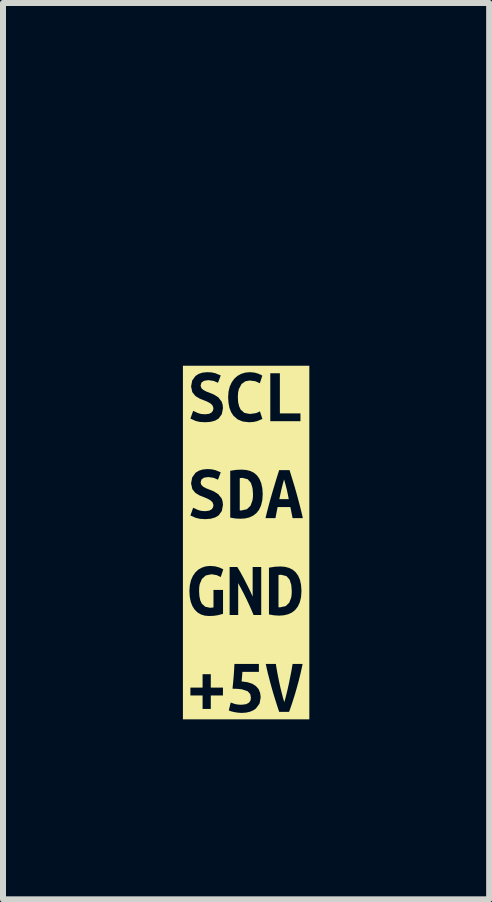
<source format=kicad_pcb>
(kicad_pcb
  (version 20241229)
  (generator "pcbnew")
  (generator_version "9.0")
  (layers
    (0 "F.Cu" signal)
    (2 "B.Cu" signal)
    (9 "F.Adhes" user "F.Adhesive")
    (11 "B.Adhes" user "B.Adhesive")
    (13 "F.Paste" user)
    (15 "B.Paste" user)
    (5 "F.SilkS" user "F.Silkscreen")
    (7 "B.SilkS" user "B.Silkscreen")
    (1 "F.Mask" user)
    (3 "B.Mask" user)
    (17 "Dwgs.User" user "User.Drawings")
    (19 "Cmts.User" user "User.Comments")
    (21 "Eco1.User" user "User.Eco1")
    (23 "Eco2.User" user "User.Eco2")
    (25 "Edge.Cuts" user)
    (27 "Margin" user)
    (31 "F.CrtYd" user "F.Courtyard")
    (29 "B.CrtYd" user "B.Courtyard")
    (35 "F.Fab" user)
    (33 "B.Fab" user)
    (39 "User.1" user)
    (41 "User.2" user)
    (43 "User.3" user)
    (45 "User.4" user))
  (footprint "kibuzzard-67A10623"
    (layer "F.Cu")
    (at 1.054 5.997)
    (property "Reference" "kibuzzard-67A10623" (at 0 -5.996 180) (layer "F.SilkS") (effects (font (size 0.001 0.001) (thickness 0.15))))
    (attr board_only exclude_from_pos_files exclude_from_bom)
    (fp_poly (pts (xy 0.633 -1.052) (xy 0.609 -0.966) (xy 0.589 -0.886) (xy 0.571 -0.806) (xy 0.554 -0.724) (xy 0.711 -0.724) (xy 0.695 -0.806) (xy 0.678 -0.886) (xy 0.657 -0.966) (xy 0.633 -1.052)) (stroke (width 0) (type solid)) (fill yes) (layer "F.SilkS"))
    (fp_poly (pts (xy -0.106 -0.536) (xy -0.092 -0.535) (xy -0.078 -0.535) (xy 0.014 -0.556) (xy 0.073 -0.613) (xy 0.105 -0.699) (xy 0.113 -0.751) (xy 0.115 -0.808) (xy 0.107 -0.909) (xy 0.08 -0.995) (xy 0.027 -1.055) (xy -0.059 -1.078) (xy -0.083 -1.077) (xy -0.106 -1.074) (xy -0.106 -0.536)) (stroke (width 0) (type solid)) (fill yes) (layer "F.SilkS"))
    (fp_poly (pts (xy 0.54 1.079) (xy 0.554 1.08) (xy 0.569 1.08) (xy 0.66 1.06) (xy 0.719 1.003) (xy 0.752 0.917) (xy 0.759 0.865) (xy 0.761 0.808) (xy 0.753 0.707) (xy 0.726 0.62) (xy 0.673 0.56) (xy 0.587 0.538) (xy 0.563 0.538) (xy 0.54 0.542) (xy 0.54 1.079)) (stroke (width 0) (type solid)) (fill yes) (layer "F.SilkS"))
    (fp_poly (pts (xy -0.946 -2.948) (xy -1.054 -2.948) (xy -1.054 2.948) (xy -0.946 2.948) (xy -0.589 2.948) (xy -0.589 2.775) (xy -0.726 2.775) (xy -0.726 2.55) (xy -0.929 2.55) (xy -0.929 2.419) (xy -0.726 2.419) (xy -0.726 2.195) (xy -0.619 2.195) (xy -0.619 1.225) (xy -0.69 1.219) (xy -0.754 1.199) (xy -0.81 1.166) (xy -0.857 1.12) (xy -0.895 1.061) (xy -0.923 0.989) (xy -0.94 0.905) (xy -0.946 0.808) (xy -0.939 0.712) (xy -0.919 0.627) (xy -0.887 0.556) (xy -0.845 0.496) (xy -0.795 0.45) (xy -0.735 0.417) (xy -0.681 0.4) (xy -0.681 -0.39) (xy -0.771 -0.396) (xy -0.84 -0.412) (xy -0.929 -0.451) (xy -0.883 -0.58) (xy -0.799 -0.542) (xy -0.746 -0.528) (xy -0.681 -0.523) (xy -0.615 -0.532) (xy -0.573 -0.555) (xy -0.551 -0.589) (xy -0.545 -0.627) (xy -0.56 -0.671) (xy -0.596 -0.705) (xy -0.645 -0.732) (xy -0.699 -0.755) (xy -0.774 -0.784) (xy -0.845 -0.827) (xy -0.897 -0.891) (xy -0.918 -0.986) (xy -0.899 -1.086) (xy -0.845 -1.162) (xy -0.79 -1.197) (xy -0.723 -1.218) (xy -0.681 -1.222) (xy -0.681 -2.006) (xy -0.771 -2.011) (xy -0.84 -2.027) (xy -0.929 -2.067) (xy -0.883 -2.196) (xy -0.799 -2.157) (xy -0.746 -2.143) (xy -0.681 -2.139) (xy -0.615 -2.147) (xy -0.573 -2.171) (xy -0.551 -2.204) (xy -0.545 -2.242) (xy -0.56 -2.286) (xy -0.596 -2.321) (xy -0.645 -2.348) (xy -0.699 -2.37) (xy -0.774 -2.4) (xy -0.845 -2.443) (xy -0.897 -2.507) (xy -0.918 -2.602) (xy -0.899 -2.702) (xy -0.845 -2.777) (xy -0.79 -2.813) (xy -0.723 -2.834) (xy -0.644 -2.841) (xy -0.575 -2.837) (xy -0.515 -2.824) (xy -0.423 -2.786) (xy -0.469 -2.664) (xy -0.541 -2.695) (xy -0.632 -2.708) (xy -0.702 -2.697) (xy -0.745 -2.667) (xy -0.759 -2.616) (xy -0.746 -2.575) (xy -0.713 -2.544) (xy -0.668 -2.52) (xy -0.618 -2.501) (xy -0.54 -2.469) (xy -0.465 -2.423) (xy -0.408 -2.35) (xy -0.392 -2.301) (xy -0.386 -2.241) (xy -0.405 -2.141) (xy -0.459 -2.067) (xy -0.517 -2.033) (xy -0.59 -2.013) (xy -0.681 -2.006) (xy -0.681 -1.222) (xy -0.644 -1.225) (xy -0.575 -1.221) (xy -0.515 -1.208) (xy -0.423 -1.171) (xy -0.469 -1.048) (xy -0.541 -1.079) (xy -0.632 -1.092) (xy -0.702 -1.082) (xy -0.745 -1.051) (xy -0.759 -1) (xy -0.746 -0.96) (xy -0.713 -0.929) (xy -0.668 -0.905) (xy -0.618 -0.885) (xy -0.54 -0.854) (xy -0.465 -0.807) (xy -0.408 -0.735) (xy -0.392 -0.686) (xy -0.386 -0.626) (xy -0.405 -0.526) (xy -0.459 -0.452) (xy -0.517 -0.418) (xy -0.59 -0.397) (xy -0.681 -0.39) (xy -0.681 0.4) (xy -0.67 0.397) (xy -0.6 0.39) (xy -0.516 0.397) (xy -0.452 0.414) (xy -0.408 0.433) (xy -0.381 0.448) (xy -0.423 0.575) (xy -0.492 0.543) (xy -0.578 0.529) (xy -0.673 0.549) (xy -0.737 0.607) (xy -0.774 0.695) (xy -0.782 0.748) (xy -0.784 0.808) (xy -0.779 0.895) (xy -0.764 0.965) (xy -0.739 1.019) (xy -0.683 1.07) (xy -0.606 1.087) (xy -0.575 1.086) (xy -0.544 1.082) (xy -0.544 0.79) (xy -0.385 0.79) (xy -0.385 1.189) (xy -0.474 1.212) (xy -0.54 1.222) (xy -0.619 1.225) (xy -0.619 2.195) (xy -0.589 2.195) (xy -0.589 2.419) (xy -0.386 2.419) (xy -0.386 2.55) (xy -0.589 2.55) (xy -0.589 2.775) (xy -0.589 2.948) (xy -0.074 2.948) (xy -0.074 2.841) (xy -0.137 2.837) (xy -0.199 2.827) (xy -0.253 2.814) (xy -0.289 2.799) (xy -0.257 2.668) (xy -0.185 2.693) (xy -0.135 2.702) (xy -0.075 2.705) (xy 0.002 2.695) (xy 0.05 2.668) (xy 0.074 2.631) (xy 0.08 2.589) (xy 0.069 2.527) (xy 0.025 2.479) (xy -0.068 2.448) (xy -0.139 2.44) (xy -0.227 2.437) (xy -0.216 2.33) (xy -0.207 2.225) (xy -0.2 2.123) (xy -0.195 2.024) (xy 0.124 2.024) (xy 0.124 1.208) (xy 0.087 1.12) (xy 0.047 1.031) (xy 0.006 0.943) (xy -0.038 0.854) (xy -0.084 0.766) (xy -0.132 0.677) (xy -0.132 1.208) (xy -0.275 1.208) (xy -0.275 0.408) (xy -0.147 0.408) (xy -0.111 0.468) (xy -0.094 0.497) (xy -0.094 -0.397) (xy -0.178 -0.401) (xy -0.265 -0.416) (xy -0.265 -1.197) (xy -0.163 -1.212) (xy -0.074 -1.216) (xy 0.002 -1.21) (xy 0.048 -1.199) (xy 0.048 -2.006) (xy -0.056 -2.018) (xy -0.142 -2.054) (xy -0.211 -2.114) (xy -0.25 -2.174) (xy -0.278 -2.246) (xy -0.294 -2.329) (xy -0.3 -2.423) (xy -0.293 -2.517) (xy -0.273 -2.6) (xy -0.24 -2.672) (xy -0.197 -2.732) (xy -0.144 -2.779) (xy -0.082 -2.813) (xy -0.012 -2.834) (xy 0.063 -2.841) (xy 0.14 -2.834) (xy 0.2 -2.817) (xy 0.244 -2.798) (xy 0.27 -2.783) (xy 0.229 -2.656) (xy 0.157 -2.689) (xy 0.061 -2.702) (xy -0.012 -2.689) (xy -0.076 -2.644) (xy -0.121 -2.559) (xy -0.134 -2.5) (xy -0.138 -2.427) (xy -0.133 -2.343) (xy -0.117 -2.273) (xy -0.091 -2.217) (xy -0.029 -2.162) (xy 0.063 -2.144) (xy 0.166 -2.158) (xy 0.231 -2.187) (xy 0.271 -2.061) (xy 0.18 -2.023) (xy 0.118 -2.01) (xy 0.048 -2.006) (xy 0.048 -1.199) (xy 0.07 -1.193) (xy 0.131 -1.163) (xy 0.181 -1.12) (xy 0.221 -1.063) (xy 0.251 -0.993) (xy 0.27 -0.908) (xy 0.277 -0.808) (xy 0.27 -0.705) (xy 0.249 -0.618) (xy 0.216 -0.547) (xy 0.172 -0.491) (xy 0.118 -0.449) (xy 0.055 -0.419) (xy -0.016 -0.402) (xy -0.094 -0.397) (xy -0.094 0.497) (xy -0.075 0.532) (xy -0.039 0.598) (xy -0.005 0.664) (xy 0.028 0.729) (xy 0.059 0.792) (xy 0.086 0.85) (xy 0.109 0.901) (xy 0.109 0.408) (xy 0.252 0.408) (xy 0.252 1.208) (xy 0.124 1.208) (xy 0.124 2.024) (xy 0.213 2.024) (xy 0.213 2.156) (xy -0.062 2.156) (xy -0.068 2.242) (xy -0.075 2.316) (xy 0.023 2.329) (xy 0.103 2.355) (xy 0.164 2.394) (xy 0.208 2.444) (xy 0.234 2.507) (xy 0.243 2.582) (xy 0.224 2.685) (xy 0.164 2.767) (xy 0.119 2.798) (xy 0.065 2.821) (xy 0.000323 2.836) (xy -0.074 2.841) (xy -0.074 2.948) (xy 0.552 2.948) (xy 0.552 2.824) (xy 0.52 2.729) (xy 0.486 2.622) (xy 0.463 2.547) (xy 0.441 2.473) (xy 0.42 2.398) (xy 0.4 2.325) (xy 0.382 2.254) (xy 0.364 2.187) (xy 0.343 2.096) (xy 0.328 2.024) (xy 0.496 2.024) (xy 0.506 2.091) (xy 0.52 2.168) (xy 0.536 2.251) (xy 0.552 2.328) (xy 0.552 1.219) (xy 0.468 1.214) (xy 0.381 1.199) (xy 0.381 0.419) (xy 0.483 0.403) (xy 0.573 0.399) (xy 0.648 0.405) (xy 0.717 0.423) (xy 0.775 0.452) (xy 0.775 -0.407) (xy 0.738 -0.592) (xy 0.525 -0.592) (xy 0.489 -0.407) (xy 0.323 -0.407) (xy 0.346 -0.5) (xy 0.369 -0.59) (xy 0.392 -0.676) (xy 0.415 -0.759) (xy 0.438 -0.838) (xy 0.467 -0.934) (xy 0.495 -1.028) (xy 0.523 -1.119) (xy 0.551 -1.207) (xy 0.724 -1.207) (xy 0.752 -1.118) (xy 0.78 -1.026) (xy 0.809 -0.931) (xy 0.837 -0.834) (xy 0.859 -0.754) (xy 0.881 -0.671) (xy 0.903 -0.586) (xy 0.906 -0.574) (xy 0.906 -2.023) (xy 0.403 -2.023) (xy 0.403 -2.823) (xy 0.563 -2.823) (xy 0.563 -2.154) (xy 0.906 -2.154) (xy 0.906 -2.023) (xy 0.906 -0.574) (xy 0.925 -0.498) (xy 0.946 -0.407) (xy 0.775 -0.407) (xy 0.775 0.452) (xy 0.777 0.453) (xy 0.827 0.496) (xy 0.867 0.552) (xy 0.898 0.622) (xy 0.916 0.707) (xy 0.923 0.808) (xy 0.916 0.911) (xy 0.895 0.997) (xy 0.862 1.068) (xy 0.818 1.124) (xy 0.764 1.167) (xy 0.701 1.196) (xy 0.63 1.213) (xy 0.552 1.219) (xy 0.552 2.328) (xy 0.554 2.337) (xy 0.573 2.424) (xy 0.594 2.509) (xy 0.615 2.589) (xy 0.636 2.661) (xy 0.657 2.59) (xy 0.677 2.511) (xy 0.697 2.425) (xy 0.716 2.339) (xy 0.733 2.253) (xy 0.75 2.169) (xy 0.764 2.091) (xy 0.775 2.024) (xy 0.942 2.024) (xy 0.925 2.106) (xy 0.904 2.197) (xy 0.88 2.295) (xy 0.852 2.398) (xy 0.832 2.469) (xy 0.811 2.54) (xy 0.788 2.613) (xy 0.765 2.685) (xy 0.741 2.755) (xy 0.716 2.824) (xy 0.552 2.824) (xy 0.552 2.948) (xy 0.946 2.948) (xy 1.054 2.948) (xy 1.054 -2.948) (xy 0.946 -2.948) (xy -0.946 -2.948)) (stroke (width 0) (type solid)) (fill yes) (layer "F.SilkS")))
  (gr_rect
    (start -3 -3)
    (end 5.107 11.946)
    (stroke (width 0.1) (type default))
    (fill no)
    (layer "Edge.Cuts")))
</source>
